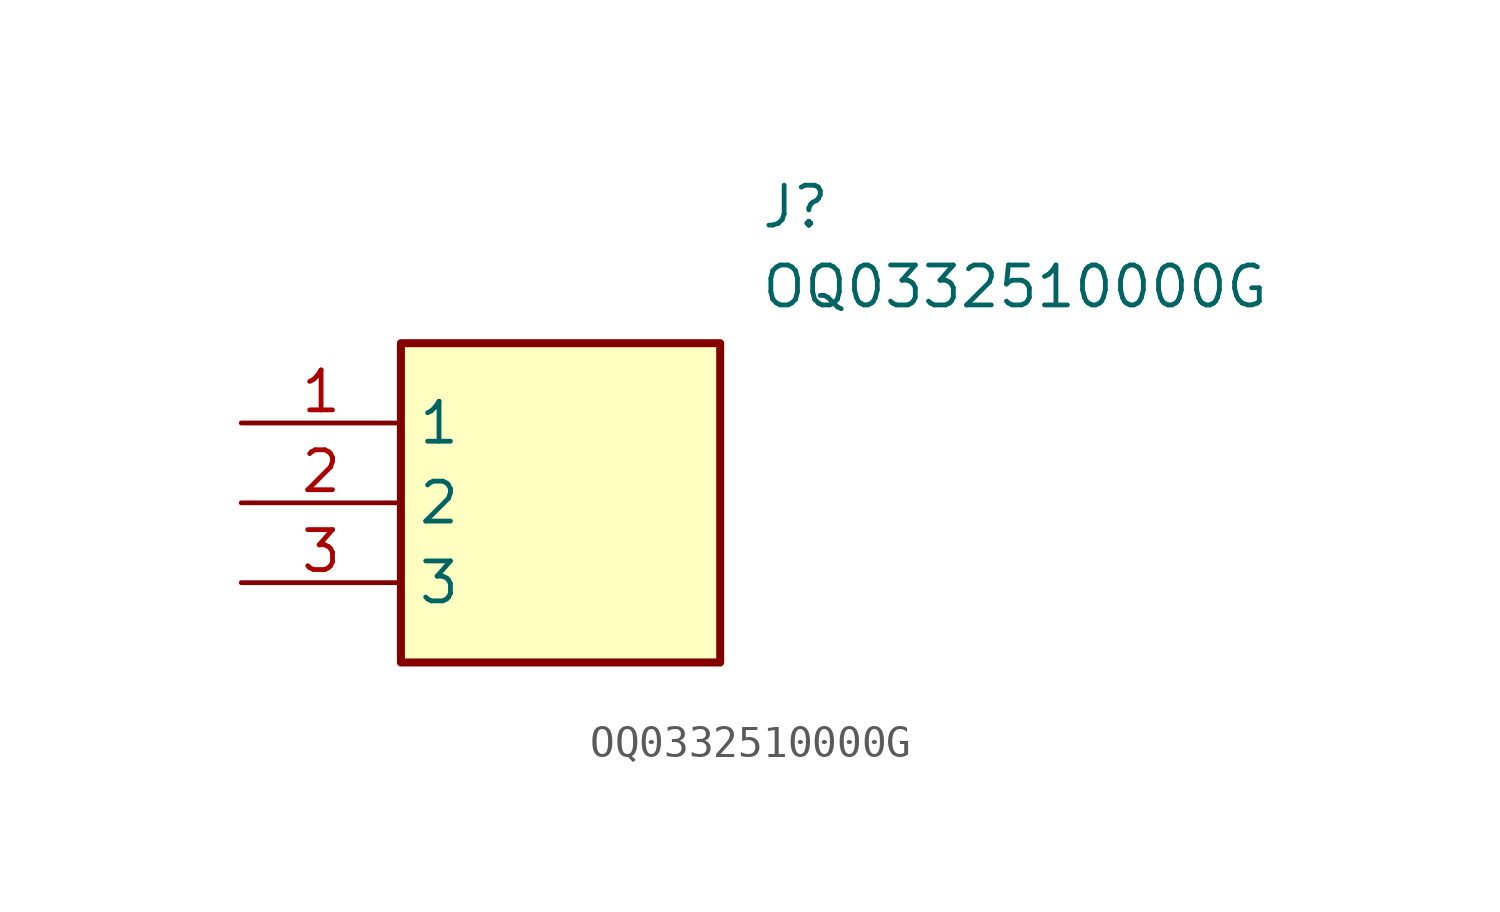
<source format=kicad_sym>
(kicad_symbol_lib
  (version 20211014)
  (generator SamacSys_ECAD_Model)
  (symbol "OQ0332510000G"
    (property "Reference" "J"
      (at 16.51 7.62 0)
      (effects (font (size 1.27 1.27)) (justify left top)))
    (property "Value" "OQ0332510000G"
      (at 16.51 5.08 0)
      (effects (font (size 1.27 1.27)) (justify left top)))
    (rectangle
      (start 5.08 2.54)
      (end 15.24 -7.62)
      (stroke (width 0.254) (type default))
      (fill (type background)))
    (pin passive line
      (at 0 0 0)
      (length 5.08)
      (name "1" (effects (font (size 1.27 1.27))))
      (number "1" (effects (font (size 1.27 1.27)))))
    (pin passive line
      (at 0 -2.54 0)
      (length 5.08)
      (name "2" (effects (font (size 1.27 1.27))))
      (number "2" (effects (font (size 1.27 1.27)))))
    (pin passive line
      (at 0 -5.08 0)
      (length 5.08)
      (name "3" (effects (font (size 1.27 1.27))))
      (number "3" (effects (font (size 1.27 1.27)))))))
</source>
